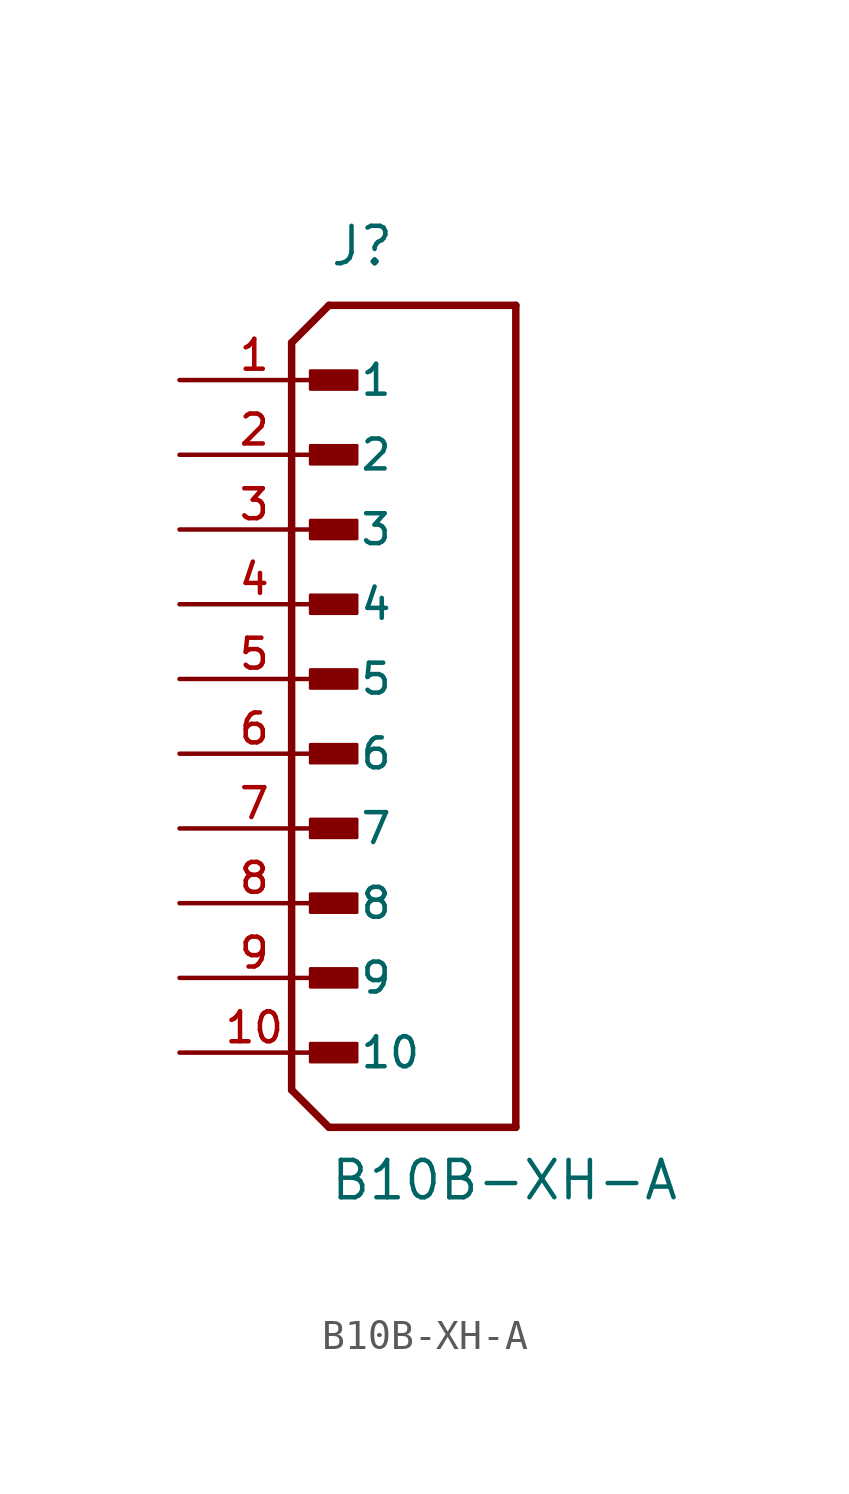
<source format=kicad_sym>
(kicad_symbol_lib
  (version 20211014)
  (generator kicad_symbol_editor)
  (symbol "B10B-XH-A"
    (pin_names
      (offset 1.016))
    (property "Reference" "J"
      (at -2.54 13.97 0)
      (effects (font (size 1.27 1.27)) (justify bottom left)))
    (property "Value" "B10B-XH-A"
      (at -2.54 -17.78 0)
      (effects (font (size 1.27 1.27)) (justify bottom left)))
    (symbol "B10B-XH-A_0_0"
      (polyline (pts (xy -3.81 11.43) (xy -2.54 12.7)) (stroke (width 0.254)))
      (polyline (pts (xy -3.81 11.43) (xy -3.81 -13.97)) (stroke (width 0.254)))
      (polyline (pts (xy -3.81 -13.97) (xy -2.54 -15.24)) (stroke (width 0.254)))
      (polyline (pts (xy -2.54 -15.24) (xy 3.81 -15.24)) (stroke (width 0.254)))
      (polyline (pts (xy 3.81 -15.24) (xy 3.81 12.7)) (stroke (width 0.254)))
      (polyline (pts (xy 3.81 12.7) (xy -2.54 12.7)) (stroke (width 0.254)))
      (rectangle (start -3.175 9.842) (end -1.587 10.477) (stroke (width 0.1)) (fill (type outline)))
      (rectangle (start -3.175 7.303) (end -1.587 7.938) (stroke (width 0.1)) (fill (type outline)))
      (rectangle (start -3.175 4.763) (end -1.587 5.397) (stroke (width 0.1)) (fill (type outline)))
      (rectangle (start -3.175 2.223) (end -1.587 2.857) (stroke (width 0.1)) (fill (type outline)))
      (rectangle (start -3.175 -0.318) (end -1.587 0.318) (stroke (width 0.1)) (fill (type outline)))
      (rectangle (start -3.175 -2.857) (end -1.587 -2.223) (stroke (width 0.1)) (fill (type outline)))
      (rectangle (start -3.175 -5.397) (end -1.587 -4.763) (stroke (width 0.1)) (fill (type outline)))
      (rectangle (start -3.175 -7.938) (end -1.587 -7.303) (stroke (width 0.1)) (fill (type outline)))
      (rectangle (start -3.175 -10.477) (end -1.587 -9.842) (stroke (width 0.1)) (fill (type outline)))
      (rectangle (start -3.175 -13.018) (end -1.587 -12.383) (stroke (width 0.1)) (fill (type outline)))
      (pin passive line (at -7.62 10.16 0) (length 5.08) (name "1" (effects (font (size 1.016 1.016)))) (number "1" (effects (font (size 1.016 1.016)))))
      (pin passive line (at -7.62 7.62 0) (length 5.08) (name "2" (effects (font (size 1.016 1.016)))) (number "2" (effects (font (size 1.016 1.016)))))
      (pin passive line (at -7.62 5.08 0) (length 5.08) (name "3" (effects (font (size 1.016 1.016)))) (number "3" (effects (font (size 1.016 1.016)))))
      (pin passive line (at -7.62 2.54 0) (length 5.08) (name "4" (effects (font (size 1.016 1.016)))) (number "4" (effects (font (size 1.016 1.016)))))
      (pin passive line (at -7.62 0.0 0) (length 5.08) (name "5" (effects (font (size 1.016 1.016)))) (number "5" (effects (font (size 1.016 1.016)))))
      (pin passive line (at -7.62 -2.54 0) (length 5.08) (name "6" (effects (font (size 1.016 1.016)))) (number "6" (effects (font (size 1.016 1.016)))))
      (pin passive line (at -7.62 -5.08 0) (length 5.08) (name "7" (effects (font (size 1.016 1.016)))) (number "7" (effects (font (size 1.016 1.016)))))
      (pin passive line (at -7.62 -7.62 0) (length 5.08) (name "8" (effects (font (size 1.016 1.016)))) (number "8" (effects (font (size 1.016 1.016)))))
      (pin passive line (at -7.62 -10.16 0) (length 5.08) (name "9" (effects (font (size 1.016 1.016)))) (number "9" (effects (font (size 1.016 1.016)))))
      (pin passive line (at -7.62 -12.7 0) (length 5.08) (name "10" (effects (font (size 1.016 1.016)))) (number "10" (effects (font (size 1.016 1.016))))))))
</source>
